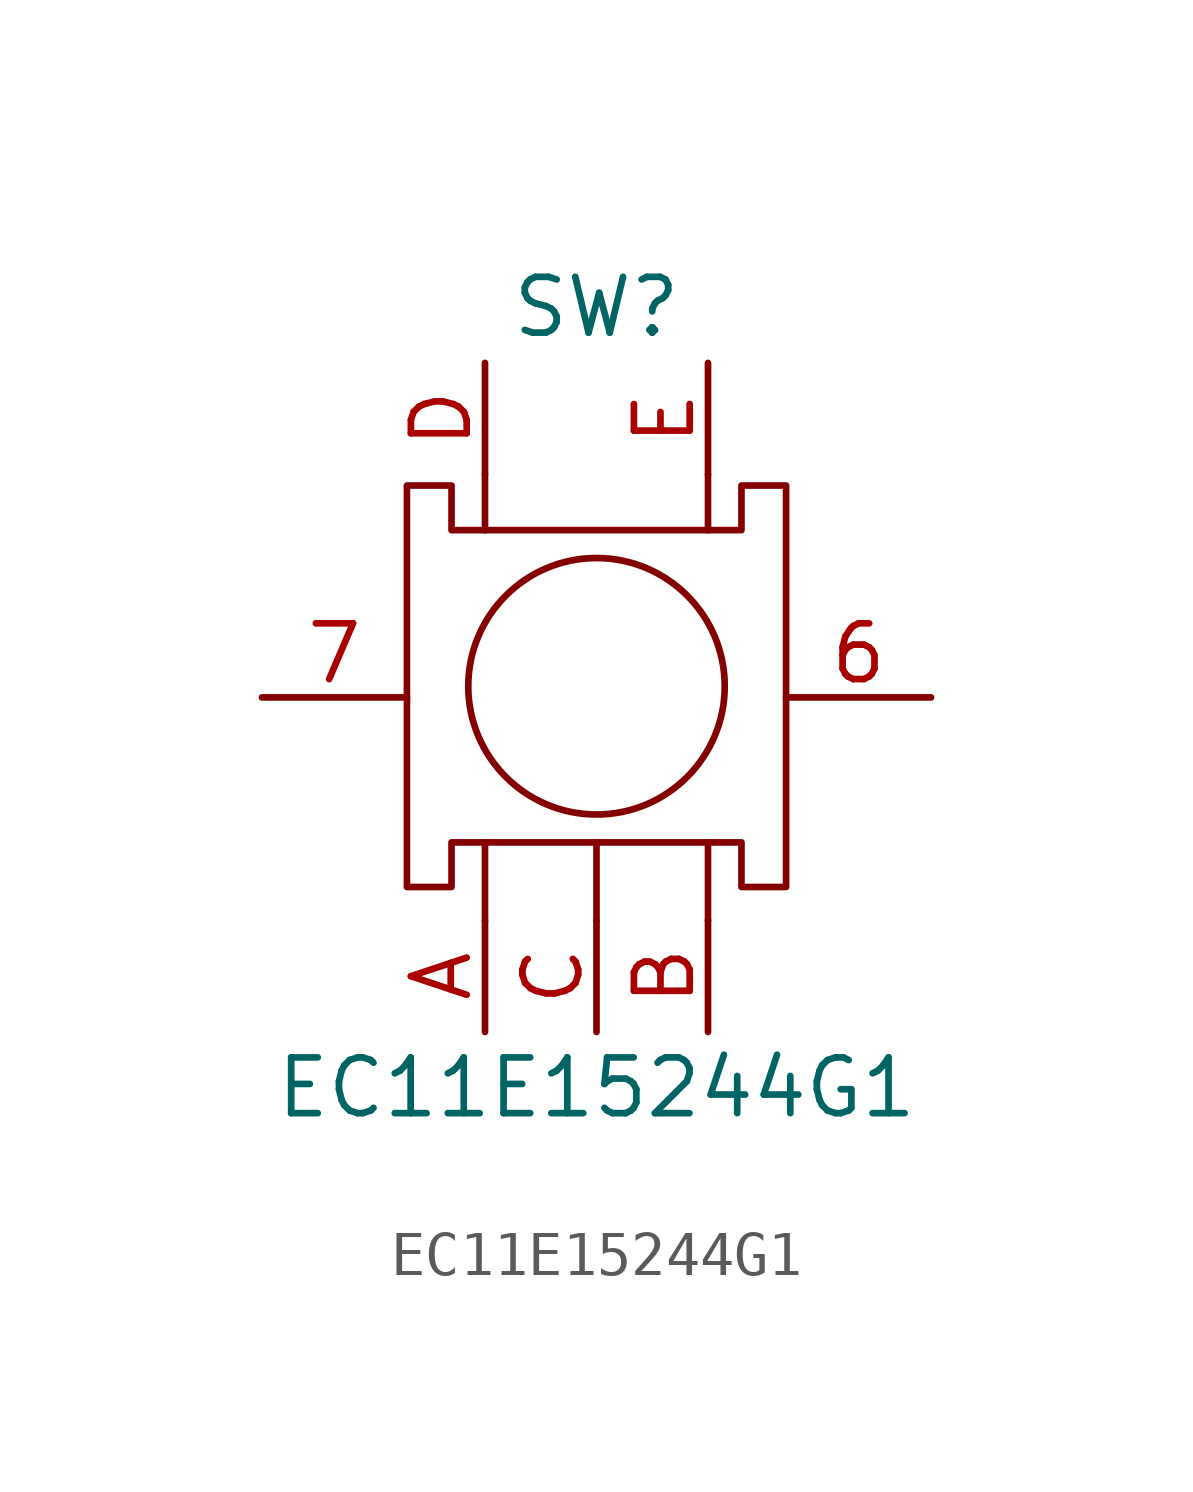
<source format=kicad_sym>
(kicad_symbol_lib
  (version 20211014)
  (generator kicad_symbol_editor)
  (symbol "EC11E15244G1"
    (pin_names
      (offset 1.016) hide)
    (property "Reference" "SW"
      (at 0 8.89 0)
      (effects (font (size 1.27 1.27))))
    (property "Value" "EC11E15244G1"
      (at 0 -8.89 0)
      (effects (font (size 1.27 1.27))))
    (symbol "EC11E15244G1_1_1"
      (polyline (pts (xy -2.54 3.81) (xy -2.54 5.08)) (stroke (width 0.152) (type default) (color 0 0 0 0)) (fill (type none)))
      (polyline (pts (xy 0 -3.302) (xy 0 -5.08)) (stroke (width 0.152) (type default) (color 0 0 0 0)) (fill (type none)))
      (polyline (pts (xy 2.54 -3.302) (xy 2.54 -5.08)) (stroke (width 0.152) (type default) (color 0 0 0 0)) (fill (type none)))
      (polyline (pts (xy 2.54 3.81) (xy 2.54 5.08)) (stroke (width 0.152) (type default) (color 0 0 0 0)) (fill (type none)))
      (polyline (pts (xy -2.54 -3.302) (xy -2.54 -5.08) (xy -2.54 -5.08)) (stroke (width 0.152) (type default) (color 0 0 0 0)) (fill (type none)))
      (polyline (pts (xy -4.318 -4.318) (xy -3.556 -4.318) (xy -3.302 -4.318) (xy -3.302 -3.302) (xy 3.302 -3.302) (xy 3.302 -4.318) (xy 4.318 -4.318) (xy 4.318 4.826) (xy 3.302 4.826) (xy 3.302 3.81) (xy -3.302 3.81) (xy -3.302 4.826) (xy -4.318 4.826) (xy -4.318 -4.318)) (stroke (width 0.152) (type default) (color 0 0 0 0)) (fill (type none)))
      (circle (center 0 0.254) (radius 2.921) (stroke (width 0.152) (type default) (color 0 0 0 0)) (fill (type none)))
      (pin input line (at 7.62 0 180) (length 3.302) (name "6" (effects (font (size 1.27 1.27)))) (number "6" (effects (font (size 1.27 1.27)))))
      (pin input line (at -7.62 0 0) (length 3.302) (name "7" (effects (font (size 1.27 1.27)))) (number "7" (effects (font (size 1.27 1.27)))))
      (pin input line (at -2.54 -7.62 90) (length 2.54) (name "A" (effects (font (size 1.27 1.27)))) (number "A" (effects (font (size 1.27 1.27)))))
      (pin input line (at 2.54 -7.62 90) (length 2.54) (name "B" (effects (font (size 1.27 1.27)))) (number "B" (effects (font (size 1.27 1.27)))))
      (pin input line (at 0 -7.62 90) (length 2.54) (name "C" (effects (font (size 1.27 1.27)))) (number "C" (effects (font (size 1.27 1.27)))))
      (pin input line (at -2.54 7.62 270) (length 2.54) (name "D" (effects (font (size 1.27 1.27)))) (number "D" (effects (font (size 1.27 1.27)))))
      (pin input line (at 2.54 7.62 270) (length 2.54) (name "E" (effects (font (size 1.27 1.27)))) (number "E" (effects (font (size 1.27 1.27))))))))
</source>
